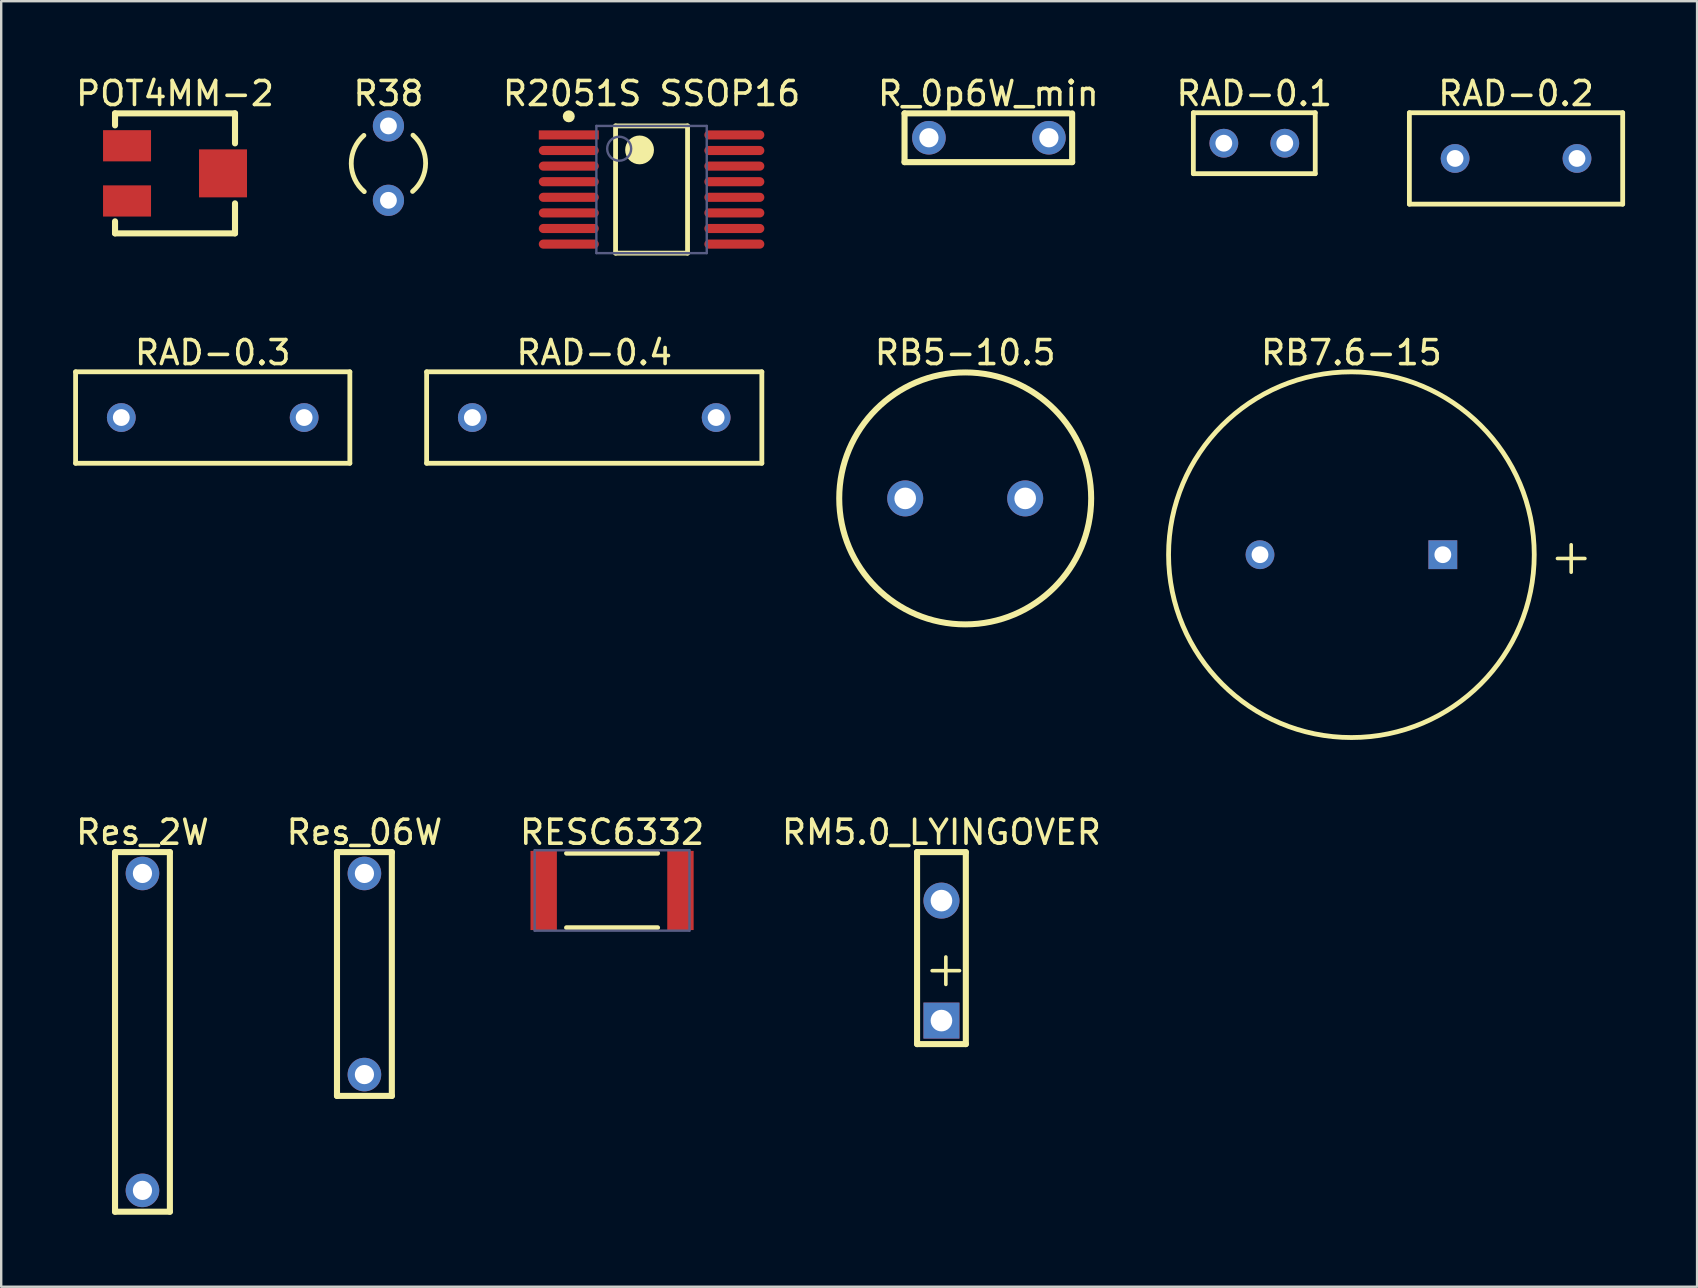
<source format=kicad_pcb>
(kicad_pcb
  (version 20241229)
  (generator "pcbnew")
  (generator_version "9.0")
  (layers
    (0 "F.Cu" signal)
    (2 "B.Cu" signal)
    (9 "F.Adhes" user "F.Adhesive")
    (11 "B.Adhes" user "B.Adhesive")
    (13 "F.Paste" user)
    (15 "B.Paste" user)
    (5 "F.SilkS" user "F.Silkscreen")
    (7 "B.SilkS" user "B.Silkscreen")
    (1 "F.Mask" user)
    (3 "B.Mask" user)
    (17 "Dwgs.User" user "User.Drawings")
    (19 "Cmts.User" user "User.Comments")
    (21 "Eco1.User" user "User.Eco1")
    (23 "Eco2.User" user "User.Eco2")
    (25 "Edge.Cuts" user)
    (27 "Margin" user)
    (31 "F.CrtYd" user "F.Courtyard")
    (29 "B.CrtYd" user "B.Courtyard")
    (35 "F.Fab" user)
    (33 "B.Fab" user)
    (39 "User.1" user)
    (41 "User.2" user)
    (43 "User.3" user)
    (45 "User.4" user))
  (footprint "POT4MM-2"
    (layer "F.Cu")
    (at 4.244 4.175)
    (property "Reference" "POT4MM-2" (at 0 -3.327 0) (layer "F.SilkS") (effects (font (size 1 1) (thickness 0.15))))
    (fp_line (start -2.5 -2.5) (end 2.5 -2.5) (stroke (width 0.254) (type solid)) (layer "F.SilkS"))
    (fp_line (start -2.5 -2) (end -2.5 -2.5) (stroke (width 0.254) (type solid)) (layer "F.SilkS"))
    (fp_line (start -2.5 2.5) (end -2.5 2) (stroke (width 0.254) (type solid)) (layer "F.SilkS"))
    (fp_line (start -2.5 2.5) (end 2.5 2.5) (stroke (width 0.254) (type solid)) (layer "F.SilkS"))
    (fp_line (start 2.5 -1.25) (end 2.5 -2.5) (stroke (width 0.254) (type solid)) (layer "F.SilkS"))
    (fp_line (start 2.5 2.5) (end 2.5 1.25) (stroke (width 0.254) (type solid)) (layer "F.SilkS"))
    (pad "CCW" smd rect (at -2 1.15 90) (size 1.3 2) (layers "F.Cu" "F.Mask" "F.Paste"))
    (pad "CW" smd rect (at -2 -1.15 90) (size 1.3 2) (layers "F.Cu" "F.Mask" "F.Paste"))
    (pad "W" smd rect (at 2 0 90) (size 2 2) (layers "F.Cu" "F.Mask" "F.Paste")))
  (footprint "R_0p6W_min"
    (layer "F.Cu")
    (at 35.663 2.691)
    (property "Reference" "R_0p6W_min" (at 2.477 -1.843 0) (layer "F.SilkS") (effects (font (size 1 1) (thickness 0.15))))
    (fp_line (start -1.016 -1.016) (end 5.842 -1.016) (stroke (width 0.254) (type solid)) (layer "F.SilkS"))
    (fp_line (start -1.016 1.016) (end -1.016 -1.016) (stroke (width 0.254) (type solid)) (layer "F.SilkS"))
    (fp_line (start -1.016 1.016) (end 5.969 1.016) (stroke (width 0.254) (type solid)) (layer "F.SilkS"))
    (fp_line (start 5.969 1.016) (end 5.969 -1.016) (stroke (width 0.254) (type solid)) (layer "F.SilkS"))
    (pad "1" thru_hole circle (at 0 0) (size 1.4 1.4) (drill 0.8) (layers "*.Cu" "*.Mask"))
    (pad "2" thru_hole circle (at 5 0) (size 1.4 1.4) (drill 0.8) (layers "*.Cu" "*.Mask")))
  (footprint "RM5.0_LYINGOVER"
    (layer "F.Cu")
    (at 36.185 36.907)
    (property "Reference" "RM5.0_LYINGOVER" (at 0 -5.272 0) (layer "F.SilkS") (effects (font (size 1 1) (thickness 0.15))))
    (fp_line (start -1.016 -4.445) (end 1.016 -4.445) (stroke (width 0.254) (type solid)) (layer "F.SilkS"))
    (fp_line (start -1.016 3.556) (end -1.016 -4.445) (stroke (width 0.254) (type solid)) (layer "F.SilkS"))
    (fp_line (start -1.016 3.556) (end 1.016 3.556) (stroke (width 0.254) (type solid)) (layer "F.SilkS"))
    (fp_line (start 1.016 3.556) (end 1.016 -4.445) (stroke (width 0.254) (type solid)) (layer "F.SilkS"))
    (fp_text user "+" (at 0.946 1.524 90) (unlocked yes) (layer "F.SilkS") (effects (font (size 1.5 1.5) (thickness 0.15)) (justify left bottom)))
    (pad "1" thru_hole rect (at 0 2.576 90) (size 1.5 1.5) (drill 0.9) (layers "*.Cu" "*.Mask"))
    (pad "2" thru_hole circle (at 0 -2.424 90) (size 1.5 1.5) (drill 0.9) (layers "*.Cu" "*.Mask")))
  (footprint "RB7.6-15"
    (layer "F.Cu")
    (at 53.27 20.067)
    (property "Reference" "RB7.6-15" (at 0 -8.42 0) (layer "F.SilkS") (effects (font (size 1 1) (thickness 0.15))))
    (fp_circle (center 0 0) (end 0 -7.62) (stroke (width 0.2) (type solid)) (fill no) (layer "F.SilkS"))
    (fp_text user "+" (at 8.132 0.921 0) (unlocked yes) (layer "F.SilkS") (effects (font (size 1.5 1.5) (thickness 0.15)) (justify left bottom)))
    (pad "1" thru_hole rect (at 3.81 0) (size 1.2 1.2) (drill 0.7) (layers "*.Cu" "*.Mask"))
    (pad "2" thru_hole circle (at -3.81 0) (size 1.2 1.2) (drill 0.7) (layers "*.Cu" "*.Mask")))
  (footprint "R2051S SSOP16"
    (layer "F.Cu")
    (at 24.104 4.848)
    (property "Reference" "R2051S SSOP16" (at 0 -4 0) (layer "F.SilkS") (effects (font (size 1 1) (thickness 0.15))))
    (fp_line (start -1.5 -2.65) (end 1.5 -2.65) (stroke (width 0.2) (type solid)) (layer "F.SilkS"))
    (fp_line (start -1.5 2.65) (end -1.5 -2.65) (stroke (width 0.2) (type solid)) (layer "F.SilkS"))
    (fp_line (start -1.5 2.65) (end 1.5 2.65) (stroke (width 0.2) (type solid)) (layer "F.SilkS"))
    (fp_line (start 1.5 2.65) (end 1.5 -2.65) (stroke (width 0.2) (type solid)) (layer "F.SilkS"))
    (fp_circle (center -3.45 -3.05) (end -3.45 -3.175) (stroke (width 0.25) (type solid)) (fill no) (layer "F.SilkS"))
    (fp_circle (center -0.5 -1.65) (end -0.5 -1.95) (stroke (width 0.6) (type solid)) (fill no) (layer "F.SilkS"))
    (fp_line (start -4 -2.9) (end 4 -2.9) (stroke (width 0.1) (type solid)) (layer "Eco2.User"))
    (fp_line (start -4 2.9) (end -4 -2.9) (stroke (width 0.1) (type solid)) (layer "Eco2.User"))
    (fp_line (start -4 2.9) (end 4 2.9) (stroke (width 0.1) (type solid)) (layer "Eco2.User"))
    (fp_line (start -0.5 0) (end 0.5 0) (stroke (width 0.1) (type solid)) (layer "Eco2.User"))
    (fp_line (start 0 0.5) (end 0 -0.5) (stroke (width 0.1) (type solid)) (layer "Eco2.User"))
    (fp_line (start 4 2.9) (end 4 -2.9) (stroke (width 0.1) (type solid)) (layer "Eco2.User"))
    (fp_line (start -2.3 -2.65) (end 2.3 -2.65) (stroke (width 0.1) (type solid)) (layer "B.Fab"))
    (fp_line (start -2.3 2.65) (end -2.3 -2.65) (stroke (width 0.1) (type solid)) (layer "B.Fab"))
    (fp_line (start -2.3 2.65) (end 2.3 2.65) (stroke (width 0.1) (type solid)) (layer "B.Fab"))
    (fp_line (start 2.3 2.65) (end 2.3 -2.65) (stroke (width 0.1) (type solid)) (layer "B.Fab"))
    (fp_circle (center -1.35 -1.7) (end -1.35 -2.2) (stroke (width 0.1) (type solid)) (fill no) (layer "B.Fab"))
    (pad "1" smd rect (at -3.45 -2.275 90) (size 0.38 2.5) (layers "F.Cu" "F.Mask" "F.Paste"))
    (pad "2" smd oval (at -3.45 -1.625 90) (size 0.38 2.5) (layers "F.Cu" "F.Mask" "F.Paste"))
    (pad "3" smd oval (at -3.45 -0.975 90) (size 0.38 2.5) (layers "F.Cu" "F.Mask" "F.Paste"))
    (pad "4" smd oval (at -3.45 -0.325 90) (size 0.38 2.5) (layers "F.Cu" "F.Mask" "F.Paste"))
    (pad "5" smd oval (at -3.45 0.325 90) (size 0.38 2.5) (layers "F.Cu" "F.Mask" "F.Paste"))
    (pad "6" smd oval (at -3.45 0.975 90) (size 0.38 2.5) (layers "F.Cu" "F.Mask" "F.Paste"))
    (pad "7" smd oval (at -3.45 1.625 90) (size 0.38 2.5) (layers "F.Cu" "F.Mask" "F.Paste"))
    (pad "8" smd oval (at -3.45 2.275 90) (size 0.38 2.5) (layers "F.Cu" "F.Mask" "F.Paste"))
    (pad "9" smd oval (at 3.45 2.275 90) (size 0.38 2.5) (layers "F.Cu" "F.Mask" "F.Paste"))
    (pad "10" smd oval (at 3.45 1.625 90) (size 0.38 2.5) (layers "F.Cu" "F.Mask" "F.Paste"))
    (pad "11" smd oval (at 3.45 0.975 90) (size 0.38 2.5) (layers "F.Cu" "F.Mask" "F.Paste"))
    (pad "12" smd oval (at 3.45 0.325 90) (size 0.38 2.5) (layers "F.Cu" "F.Mask" "F.Paste"))
    (pad "13" smd oval (at 3.45 -0.325 90) (size 0.38 2.5) (layers "F.Cu" "F.Mask" "F.Paste"))
    (pad "14" smd oval (at 3.45 -0.975 90) (size 0.38 2.5) (layers "F.Cu" "F.Mask" "F.Paste"))
    (pad "15" smd oval (at 3.45 -1.625 90) (size 0.38 2.5) (layers "F.Cu" "F.Mask" "F.Paste"))
    (pad "16" smd oval (at 3.45 -2.275 90) (size 0.38 2.5) (layers "F.Cu" "F.Mask" "F.Paste")))
  (footprint "Res_2W"
    (layer "F.Cu")
    (at 2.887 33.351)
    (property "Reference" "Res_2W" (at 0 -1.716 0) (layer "F.SilkS") (effects (font (size 1 1) (thickness 0.15))))
    (fp_line (start -1.143 -0.889) (end 1.143 -0.889) (stroke (width 0.254) (type solid)) (layer "F.SilkS"))
    (fp_line (start -1.143 14.097) (end -1.143 -0.889) (stroke (width 0.254) (type solid)) (layer "F.SilkS"))
    (fp_line (start -1.143 14.097) (end 1.143 14.097) (stroke (width 0.254) (type solid)) (layer "F.SilkS"))
    (fp_line (start 1.143 14.097) (end 1.143 -0.889) (stroke (width 0.254) (type solid)) (layer "F.SilkS"))
    (pad "1" thru_hole circle (at 0 13.208 90) (size 1.4 1.4) (drill 0.8) (layers "*.Cu" "*.Mask"))
    (pad "2" thru_hole circle (at 0 0 90) (size 1.4 1.4) (drill 0.8) (layers "*.Cu" "*.Mask")))
  (footprint "RAD-0.3"
    (layer "F.Cu")
    (at 5.815 14.351)
    (property "Reference" "RAD-0.3" (at 0 -2.705 0) (layer "F.SilkS") (effects (font (size 1 1) (thickness 0.15))))
    (fp_line (start -5.715 -1.905) (end 5.715 -1.905) (stroke (width 0.2) (type solid)) (layer "F.SilkS"))
    (fp_line (start -5.715 1.905) (end -5.715 -1.905) (stroke (width 0.2) (type solid)) (layer "F.SilkS"))
    (fp_line (start -5.715 1.905) (end 5.715 1.905) (stroke (width 0.2) (type solid)) (layer "F.SilkS"))
    (fp_line (start 5.715 1.905) (end 5.715 -1.905) (stroke (width 0.2) (type solid)) (layer "F.SilkS"))
    (pad "1" thru_hole circle (at -3.81 0) (size 1.2 1.2) (drill 0.7) (layers "*.Cu" "*.Mask"))
    (pad "2" thru_hole circle (at 3.81 0) (size 1.2 1.2) (drill 0.7) (layers "*.Cu" "*.Mask")))
  (footprint "Res_06W"
    (layer "F.Cu")
    (at 12.137 33.351)
    (property "Reference" "Res_06W" (at 0 -1.716 0) (layer "F.SilkS") (effects (font (size 1 1) (thickness 0.15))))
    (fp_line (start -1.143 -0.889) (end 1.143 -0.889) (stroke (width 0.254) (type solid)) (layer "F.SilkS"))
    (fp_line (start -1.143 9.271) (end -1.143 -0.889) (stroke (width 0.254) (type solid)) (layer "F.SilkS"))
    (fp_line (start -1.143 9.271) (end 1.143 9.271) (stroke (width 0.254) (type solid)) (layer "F.SilkS"))
    (fp_line (start 1.143 9.271) (end 1.143 -0.889) (stroke (width 0.254) (type solid)) (layer "F.SilkS"))
    (pad "1" thru_hole circle (at 0 8.382 90) (size 1.4 1.4) (drill 0.8) (layers "*.Cu" "*.Mask"))
    (pad "2" thru_hole circle (at 0 0 90) (size 1.4 1.4) (drill 0.8) (layers "*.Cu" "*.Mask")))
  (footprint "RAD-0.4"
    (layer "F.Cu")
    (at 21.715 14.351)
    (property "Reference" "RAD-0.4" (at 0 -2.705 0) (layer "F.SilkS") (effects (font (size 1 1) (thickness 0.15))))
    (fp_line (start -6.985 -1.905) (end 6.985 -1.905) (stroke (width 0.2) (type solid)) (layer "F.SilkS"))
    (fp_line (start -6.985 1.905) (end -6.985 -1.905) (stroke (width 0.2) (type solid)) (layer "F.SilkS"))
    (fp_line (start -6.985 1.905) (end 6.985 1.905) (stroke (width 0.2) (type solid)) (layer "F.SilkS"))
    (fp_line (start 6.985 1.905) (end 6.985 -1.905) (stroke (width 0.2) (type solid)) (layer "F.SilkS"))
    (pad "1" thru_hole circle (at -5.08 0) (size 1.2 1.2) (drill 0.7) (layers "*.Cu" "*.Mask"))
    (pad "2" thru_hole circle (at 5.08 0) (size 1.2 1.2) (drill 0.7) (layers "*.Cu" "*.Mask")))
  (footprint "RAD-0.2"
    (layer "F.Cu")
    (at 60.131 3.553)
    (property "Reference" "RAD-0.2" (at 0 -2.705 0) (layer "F.SilkS") (effects (font (size 1 1) (thickness 0.15))))
    (fp_line (start -4.445 -1.905) (end 4.445 -1.905) (stroke (width 0.2) (type solid)) (layer "F.SilkS"))
    (fp_line (start -4.445 1.905) (end -4.445 -1.905) (stroke (width 0.2) (type solid)) (layer "F.SilkS"))
    (fp_line (start -4.445 1.905) (end 4.445 1.905) (stroke (width 0.2) (type solid)) (layer "F.SilkS"))
    (fp_line (start 4.445 1.905) (end 4.445 -1.905) (stroke (width 0.2) (type solid)) (layer "F.SilkS"))
    (pad "1" thru_hole circle (at -2.54 0) (size 1.2 1.2) (drill 0.7) (layers "*.Cu" "*.Mask"))
    (pad "2" thru_hole circle (at 2.54 0) (size 1.2 1.2) (drill 0.7) (layers "*.Cu" "*.Mask")))
  (footprint "RB5-10.5"
    (layer "F.Cu")
    (at 37.175 17.721)
    (property "Reference" "RB5-10.5" (at 0 -6.075 0) (layer "F.SilkS") (effects (font (size 1 1) (thickness 0.15))))
    (fp_circle (center 0 0) (end 0 -5.25) (stroke (width 0.25) (type solid)) (fill no) (layer "F.SilkS"))
    (fp_circle (center 0 0) (end 0 -5.25) (stroke (width 0.02) (type solid)) (fill no) (layer "User.1"))
    (pad "1" thru_hole circle (at -2.5 0 180) (size 1.5 1.5) (drill 0.9) (layers "*.Cu" "*.Mask"))
    (pad "2" thru_hole circle (at 2.5 0 180) (size 1.5 1.5) (drill 0.9) (layers "*.Cu" "*.Mask")))
  (footprint "RAD-0.1"
    (layer "F.Cu")
    (at 49.223 2.918)
    (property "Reference" "RAD-0.1" (at 0 -2.07 0) (layer "F.SilkS") (effects (font (size 1 1) (thickness 0.15))))
    (fp_line (start -2.54 -1.27) (end 2.54 -1.27) (stroke (width 0.2) (type solid)) (layer "F.SilkS"))
    (fp_line (start -2.54 1.27) (end -2.54 -1.27) (stroke (width 0.2) (type solid)) (layer "F.SilkS"))
    (fp_line (start -2.54 1.27) (end 2.54 1.27) (stroke (width 0.2) (type solid)) (layer "F.SilkS"))
    (fp_line (start 2.54 1.27) (end 2.54 -1.27) (stroke (width 0.2) (type solid)) (layer "F.SilkS"))
    (pad "1" thru_hole circle (at -1.27 0) (size 1.2 1.2) (drill 0.7) (layers "*.Cu" "*.Mask"))
    (pad "2" thru_hole circle (at 1.27 0) (size 1.2 1.2) (drill 0.7) (layers "*.Cu" "*.Mask")))
  (footprint "RESC6332"
    (layer "F.Cu")
    (at 22.458 34.06)
    (property "Reference" "RESC6332" (at 0 -2.425 0) (layer "F.SilkS") (effects (font (size 1 1) (thickness 0.15))))
    (fp_line (start -1.9 -1.55) (end 1.9 -1.55) (stroke (width 0.2) (type solid)) (layer "F.SilkS"))
    (fp_line (start -1.9 1.55) (end 1.9 1.55) (stroke (width 0.2) (type solid)) (layer "F.SilkS"))
    (fp_line (start -3.5 -1.75) (end 3.5 -1.75) (stroke (width 0.1) (type solid)) (layer "Eco2.User"))
    (fp_line (start -3.5 1.75) (end -3.5 -1.75) (stroke (width 0.1) (type solid)) (layer "Eco2.User"))
    (fp_line (start -3.5 1.75) (end 3.5 1.75) (stroke (width 0.1) (type solid)) (layer "Eco2.User"))
    (fp_line (start -0.5 0) (end 0.5 0) (stroke (width 0.1) (type solid)) (layer "Eco2.User"))
    (fp_line (start 0 0.5) (end 0 -0.5) (stroke (width 0.1) (type solid)) (layer "Eco2.User"))
    (fp_line (start 3.5 1.75) (end 3.5 -1.75) (stroke (width 0.1) (type solid)) (layer "Eco2.User"))
    (fp_line (start -3.225 -1.675) (end 3.225 -1.675) (stroke (width 0.1) (type solid)) (layer "B.Fab"))
    (fp_line (start -3.225 1.675) (end -3.225 -1.675) (stroke (width 0.1) (type solid)) (layer "B.Fab"))
    (fp_line (start -3.225 1.675) (end 3.225 1.675) (stroke (width 0.1) (type solid)) (layer "B.Fab"))
    (fp_line (start 3.225 1.675) (end 3.225 -1.675) (stroke (width 0.1) (type solid)) (layer "B.Fab"))
    (pad "1" smd rect (at -2.85 0 90) (size 3.3 1.1) (layers "F.Cu" "F.Mask" "F.Paste"))
    (pad "2" smd rect (at 2.85 0 90) (size 3.3 1.1) (layers "F.Cu" "F.Mask" "F.Paste")))
  (footprint "R38"
    (layer "F.Cu")
    (at 13.138 3.748)
    (property "Reference" "R38" (at 0 -2.9 0) (layer "F.SilkS") (effects (font (size 1 1) (thickness 0.15))))
    (fp_arc (start -1.005869 1.189294) (mid -1.549972 0.020743) (end -1.022135 -1.155244) (stroke (width 0.2) (type solid)) (layer "F.SilkS"))
    (fp_arc (start 1.022135 -1.165224) (mid 1.549972 0.010763) (end 1.005869 1.179314) (stroke (width 0.2) (type solid)) (layer "F.SilkS"))
    (pad "1" thru_hole circle (at 0 -1.55) (size 1.3 1.3) (drill 0.7) (layers "*.Cu" "*.Mask"))
    (pad "2" thru_hole circle (at 0 1.55) (size 1.3 1.3) (drill 0.7) (layers "*.Cu" "*.Mask")))
  (gr_rect
    (start -3 -3)
    (end 67.676 50.575)
    (stroke (width 0.1) (type default))
    (fill no)
    (layer "Edge.Cuts")))
</source>
